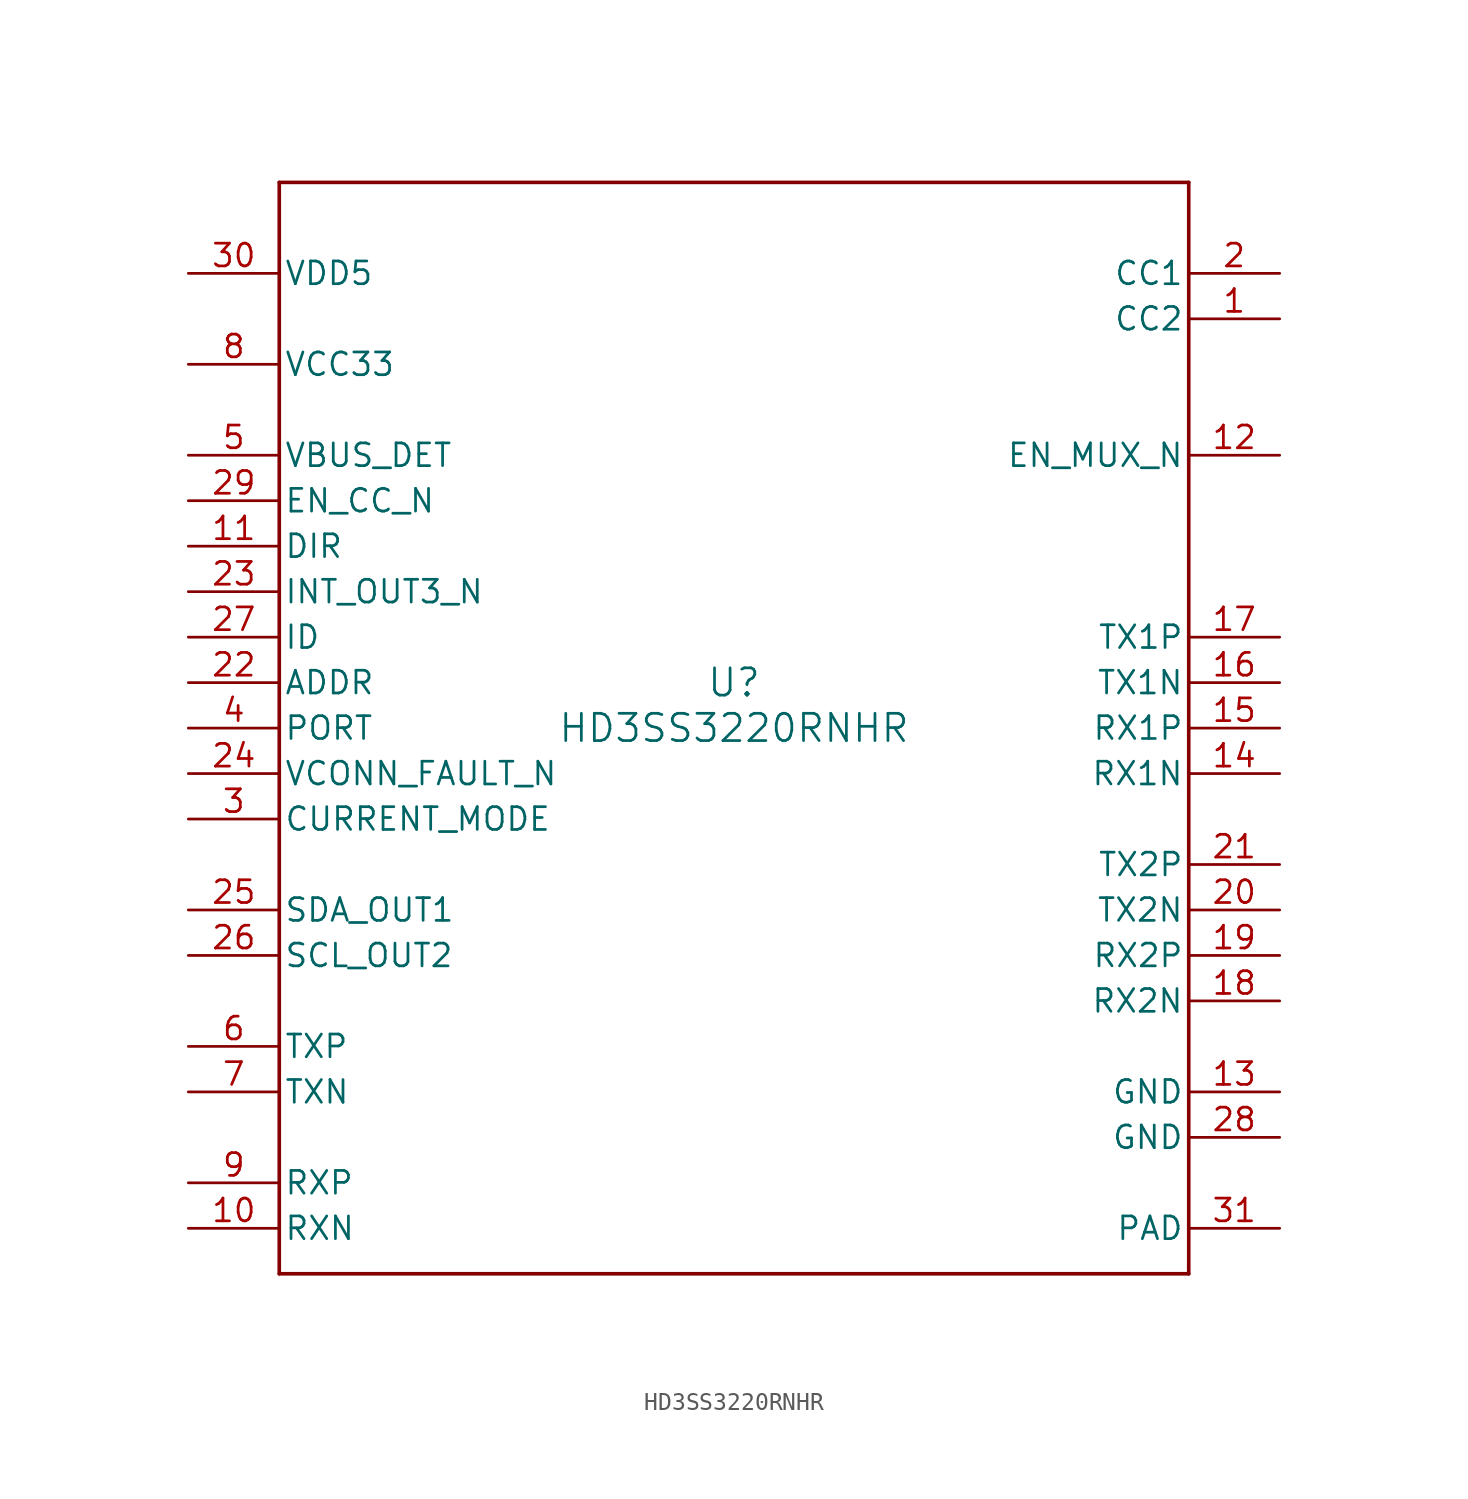
<source format=kicad_sym>
(kicad_symbol_lib
  (version 20211014)
  (generator kicad_symbol_editor)
  (symbol "HD3SS3220RNHR"
    (pin_names
      (offset 0.254))
    (property "Reference" "U"
      (at 0 2.54 0)
      (effects (font (size 1.524 1.524))))
    (property "Value" "HD3SS3220RNHR"
      (at 0 0 0)
      (effects (font (size 1.524 1.524))))
    (symbol "HD3SS3220RNHR_0_1"
      (polyline (pts (xy -25.4 -30.48) (xy 25.4 -30.48)) (stroke (width 0.203) (type default) (color 0 0 0 0)) (fill (type none)))
      (polyline (pts (xy 25.4 -30.48) (xy 25.4 30.48)) (stroke (width 0.203) (type default) (color 0 0 0 0)) (fill (type none)))
      (polyline (pts (xy 25.4 30.48) (xy -25.4 30.48)) (stroke (width 0.203) (type default) (color 0 0 0 0)) (fill (type none)))
      (polyline (pts (xy -25.4 30.48) (xy -25.4 -30.48)) (stroke (width 0.203) (type default) (color 0 0 0 0)) (fill (type none)))
      (pin bidirectional line (at 30.48 22.86 180) (length 5.08) (name "CC2" (effects (font (size 1.27 1.27)))) (number "1" (effects (font (size 1.27 1.27)))))
      (pin bidirectional line (at 30.48 25.4 180) (length 5.08) (name "CC1" (effects (font (size 1.27 1.27)))) (number "2" (effects (font (size 1.27 1.27)))))
      (pin input line (at -30.48 -5.08 0) (length 5.08) (name "CURRENT_MODE" (effects (font (size 1.27 1.27)))) (number "3" (effects (font (size 1.27 1.27)))))
      (pin input line (at -30.48 0 0) (length 5.08) (name "PORT" (effects (font (size 1.27 1.27)))) (number "4" (effects (font (size 1.27 1.27)))))
      (pin input line (at -30.48 15.24 0) (length 5.08) (name "VBUS_DET" (effects (font (size 1.27 1.27)))) (number "5" (effects (font (size 1.27 1.27)))))
      (pin bidirectional line (at -30.48 -17.78 0) (length 5.08) (name "TXP" (effects (font (size 1.27 1.27)))) (number "6" (effects (font (size 1.27 1.27)))))
      (pin bidirectional line (at -30.48 -20.32 0) (length 5.08) (name "TXN" (effects (font (size 1.27 1.27)))) (number "7" (effects (font (size 1.27 1.27)))))
      (pin power_in line (at -30.48 20.32 0) (length 5.08) (name "VCC33" (effects (font (size 1.27 1.27)))) (number "8" (effects (font (size 1.27 1.27)))))
      (pin bidirectional line (at -30.48 -25.4 0) (length 5.08) (name "RXP" (effects (font (size 1.27 1.27)))) (number "9" (effects (font (size 1.27 1.27)))))
      (pin bidirectional line (at -30.48 -27.94 0) (length 5.08) (name "RXN" (effects (font (size 1.27 1.27)))) (number "10" (effects (font (size 1.27 1.27)))))
      (pin open_collector line (at -30.48 10.16 0) (length 5.08) (name "DIR" (effects (font (size 1.27 1.27)))) (number "11" (effects (font (size 1.27 1.27)))))
      (pin input line (at 30.48 15.24 180) (length 5.08) (name "EN_MUX_N" (effects (font (size 1.27 1.27)))) (number "12" (effects (font (size 1.27 1.27)))))
      (pin power_in line (at 30.48 -20.32 180) (length 5.08) (name "GND" (effects (font (size 1.27 1.27)))) (number "13" (effects (font (size 1.27 1.27)))))
      (pin bidirectional line (at 30.48 -2.54 180) (length 5.08) (name "RX1N" (effects (font (size 1.27 1.27)))) (number "14" (effects (font (size 1.27 1.27)))))
      (pin bidirectional line (at 30.48 0 180) (length 5.08) (name "RX1P" (effects (font (size 1.27 1.27)))) (number "15" (effects (font (size 1.27 1.27)))))
      (pin bidirectional line (at 30.48 2.54 180) (length 5.08) (name "TX1N" (effects (font (size 1.27 1.27)))) (number "16" (effects (font (size 1.27 1.27)))))
      (pin bidirectional line (at 30.48 5.08 180) (length 5.08) (name "TX1P" (effects (font (size 1.27 1.27)))) (number "17" (effects (font (size 1.27 1.27)))))
      (pin bidirectional line (at 30.48 -15.24 180) (length 5.08) (name "RX2N" (effects (font (size 1.27 1.27)))) (number "18" (effects (font (size 1.27 1.27)))))
      (pin bidirectional line (at 30.48 -12.7 180) (length 5.08) (name "RX2P" (effects (font (size 1.27 1.27)))) (number "19" (effects (font (size 1.27 1.27)))))
      (pin bidirectional line (at 30.48 -10.16 180) (length 5.08) (name "TX2N" (effects (font (size 1.27 1.27)))) (number "20" (effects (font (size 1.27 1.27)))))
      (pin bidirectional line (at 30.48 -7.62 180) (length 5.08) (name "TX2P" (effects (font (size 1.27 1.27)))) (number "21" (effects (font (size 1.27 1.27)))))
      (pin input line (at -30.48 2.54 0) (length 5.08) (name "ADDR" (effects (font (size 1.27 1.27)))) (number "22" (effects (font (size 1.27 1.27)))))
      (pin open_collector line (at -30.48 7.62 0) (length 5.08) (name "INT_OUT3_N" (effects (font (size 1.27 1.27)))) (number "23" (effects (font (size 1.27 1.27)))))
      (pin open_collector line (at -30.48 -2.54 0) (length 5.08) (name "VCONN_FAULT_N" (effects (font (size 1.27 1.27)))) (number "24" (effects (font (size 1.27 1.27)))))
      (pin bidirectional line (at -30.48 -10.16 0) (length 5.08) (name "SDA_OUT1" (effects (font (size 1.27 1.27)))) (number "25" (effects (font (size 1.27 1.27)))))
      (pin bidirectional line (at -30.48 -12.7 0) (length 5.08) (name "SCL_OUT2" (effects (font (size 1.27 1.27)))) (number "26" (effects (font (size 1.27 1.27)))))
      (pin open_collector line (at -30.48 5.08 0) (length 5.08) (name "ID" (effects (font (size 1.27 1.27)))) (number "27" (effects (font (size 1.27 1.27)))))
      (pin power_in line (at 30.48 -22.86 180) (length 5.08) (name "GND" (effects (font (size 1.27 1.27)))) (number "28" (effects (font (size 1.27 1.27)))))
      (pin input line (at -30.48 12.7 0) (length 5.08) (name "EN_CC_N" (effects (font (size 1.27 1.27)))) (number "29" (effects (font (size 1.27 1.27)))))
      (pin power_in line (at -30.48 25.4 0) (length 5.08) (name "VDD5" (effects (font (size 1.27 1.27)))) (number "30" (effects (font (size 1.27 1.27)))))
      (pin power_in line (at 30.48 -27.94 180) (length 5.08) (name "PAD" (effects (font (size 1.27 1.27)))) (number "31" (effects (font (size 1.27 1.27))))))))
</source>
